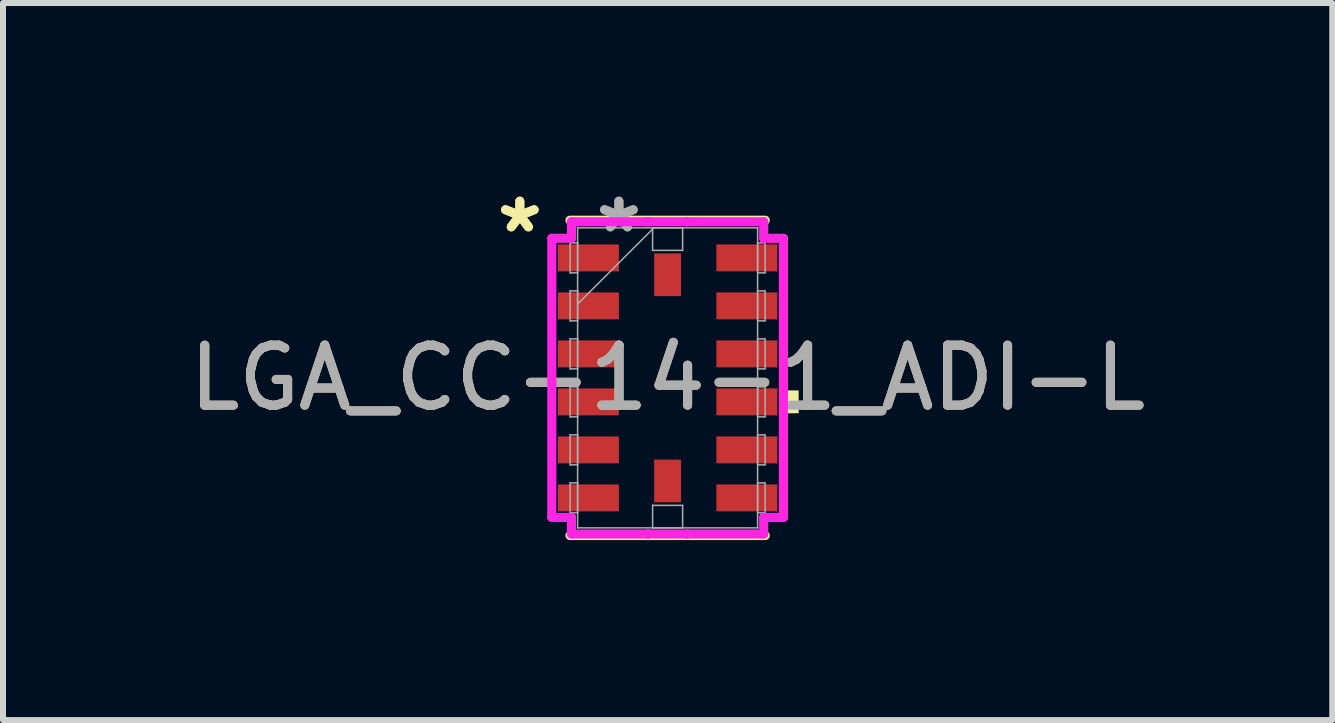
<source format=kicad_pcb>
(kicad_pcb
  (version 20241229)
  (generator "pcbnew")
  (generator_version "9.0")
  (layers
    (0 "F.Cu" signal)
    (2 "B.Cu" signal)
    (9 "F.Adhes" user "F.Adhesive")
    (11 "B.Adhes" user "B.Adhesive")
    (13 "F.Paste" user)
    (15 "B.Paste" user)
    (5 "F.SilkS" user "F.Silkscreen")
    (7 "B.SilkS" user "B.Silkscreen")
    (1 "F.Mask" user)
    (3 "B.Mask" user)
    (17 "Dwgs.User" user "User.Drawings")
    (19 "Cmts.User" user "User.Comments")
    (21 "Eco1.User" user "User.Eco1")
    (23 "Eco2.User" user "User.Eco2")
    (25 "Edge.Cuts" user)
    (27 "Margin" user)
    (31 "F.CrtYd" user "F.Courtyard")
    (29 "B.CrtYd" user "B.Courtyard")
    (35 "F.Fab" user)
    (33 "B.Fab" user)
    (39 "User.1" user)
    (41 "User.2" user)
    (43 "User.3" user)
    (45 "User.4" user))
  (footprint "LGA_CC-14-1_ADI-L"
    (layer "F.Cu")
    (at 8.077 3.248)
    (property "Reference" "LGA_CC-14-1_ADI-L" (at 0 0 0) (unlocked yes) (layer "F.SilkS") (effects (font (size 1 1) (thickness 0.15))))
    (attr smd)
    (fp_line (start -1.627 2.627) (end 1.627 2.627) (stroke (width 0.152) (type solid)) (layer "F.SilkS"))
    (fp_line (start 1.627 -2.627) (end -1.627 -2.627) (stroke (width 0.152) (type solid)) (layer "F.SilkS"))
    (fp_poly (pts (xy 2.184 0.209) (xy 2.184 0.59) (xy 1.93 0.59) (xy 1.93 0.209)) (stroke (width 0) (type solid)) (fill yes) (layer "F.SilkS"))
    (fp_line (start -1.93 -2.326) (end -1.602 -2.326) (stroke (width 0.152) (type solid)) (layer "F.CrtYd"))
    (fp_line (start -1.93 2.326) (end -1.93 -2.326) (stroke (width 0.152) (type solid)) (layer "F.CrtYd"))
    (fp_line (start -1.602 -2.602) (end -0.326 -2.602) (stroke (width 0.152) (type solid)) (layer "F.CrtYd"))
    (fp_line (start -1.602 -2.326) (end -1.602 -2.602) (stroke (width 0.152) (type solid)) (layer "F.CrtYd"))
    (fp_line (start -1.602 2.326) (end -1.93 2.326) (stroke (width 0.152) (type solid)) (layer "F.CrtYd"))
    (fp_line (start -1.602 2.602) (end -1.602 2.326) (stroke (width 0.152) (type solid)) (layer "F.CrtYd"))
    (fp_line (start -0.326 -2.602) (end -0.326 -2.602) (stroke (width 0.152) (type solid)) (layer "F.CrtYd"))
    (fp_line (start -0.326 -2.602) (end 0.326 -2.602) (stroke (width 0.152) (type solid)) (layer "F.CrtYd"))
    (fp_line (start -0.326 2.602) (end -1.602 2.602) (stroke (width 0.152) (type solid)) (layer "F.CrtYd"))
    (fp_line (start -0.326 2.602) (end -0.326 2.602) (stroke (width 0.152) (type solid)) (layer "F.CrtYd"))
    (fp_line (start 0.326 -2.602) (end 0.326 -2.602) (stroke (width 0.152) (type solid)) (layer "F.CrtYd"))
    (fp_line (start 0.326 -2.602) (end 1.602 -2.602) (stroke (width 0.152) (type solid)) (layer "F.CrtYd"))
    (fp_line (start 0.326 2.602) (end -0.326 2.602) (stroke (width 0.152) (type solid)) (layer "F.CrtYd"))
    (fp_line (start 0.326 2.602) (end 0.326 2.602) (stroke (width 0.152) (type solid)) (layer "F.CrtYd"))
    (fp_line (start 1.602 -2.602) (end 1.602 -2.326) (stroke (width 0.152) (type solid)) (layer "F.CrtYd"))
    (fp_line (start 1.602 -2.326) (end 1.93 -2.326) (stroke (width 0.152) (type solid)) (layer "F.CrtYd"))
    (fp_line (start 1.602 2.326) (end 1.602 2.602) (stroke (width 0.152) (type solid)) (layer "F.CrtYd"))
    (fp_line (start 1.602 2.602) (end 0.326 2.602) (stroke (width 0.152) (type solid)) (layer "F.CrtYd"))
    (fp_line (start 1.93 -2.326) (end 1.93 2.326) (stroke (width 0.152) (type solid)) (layer "F.CrtYd"))
    (fp_line (start 1.93 2.326) (end 1.602 2.326) (stroke (width 0.152) (type solid)) (layer "F.CrtYd"))
    (fp_line (start -1.625 -2.25) (end -1.625 -1.75) (stroke (width 0.025) (type solid)) (layer "F.Fab"))
    (fp_line (start -1.625 -1.75) (end -1.5 -1.75) (stroke (width 0.025) (type solid)) (layer "F.Fab"))
    (fp_line (start -1.625 -1.45) (end -1.625 -0.95) (stroke (width 0.025) (type solid)) (layer "F.Fab"))
    (fp_line (start -1.625 -0.95) (end -1.5 -0.95) (stroke (width 0.025) (type solid)) (layer "F.Fab"))
    (fp_line (start -1.625 -0.65) (end -1.625 -0.15) (stroke (width 0.025) (type solid)) (layer "F.Fab"))
    (fp_line (start -1.625 -0.15) (end -1.5 -0.15) (stroke (width 0.025) (type solid)) (layer "F.Fab"))
    (fp_line (start -1.625 0.15) (end -1.625 0.65) (stroke (width 0.025) (type solid)) (layer "F.Fab"))
    (fp_line (start -1.625 0.65) (end -1.5 0.65) (stroke (width 0.025) (type solid)) (layer "F.Fab"))
    (fp_line (start -1.625 0.95) (end -1.625 1.45) (stroke (width 0.025) (type solid)) (layer "F.Fab"))
    (fp_line (start -1.625 1.45) (end -1.5 1.45) (stroke (width 0.025) (type solid)) (layer "F.Fab"))
    (fp_line (start -1.625 1.75) (end -1.625 2.25) (stroke (width 0.025) (type solid)) (layer "F.Fab"))
    (fp_line (start -1.625 2.25) (end -1.5 2.25) (stroke (width 0.025) (type solid)) (layer "F.Fab"))
    (fp_line (start -1.5 -2.5) (end -1.5 -2.5) (stroke (width 0.025) (type solid)) (layer "F.Fab"))
    (fp_line (start -1.5 -2.5) (end -1.5 2.5) (stroke (width 0.025) (type solid)) (layer "F.Fab"))
    (fp_line (start -1.5 -2.25) (end -1.625 -2.25) (stroke (width 0.025) (type solid)) (layer "F.Fab"))
    (fp_line (start -1.5 -1.75) (end -1.5 -2.25) (stroke (width 0.025) (type solid)) (layer "F.Fab"))
    (fp_line (start -1.5 -1.45) (end -1.625 -1.45) (stroke (width 0.025) (type solid)) (layer "F.Fab"))
    (fp_line (start -1.5 -1.23) (end -0.23 -2.5) (stroke (width 0.025) (type solid)) (layer "F.Fab"))
    (fp_line (start -1.5 -0.95) (end -1.5 -1.45) (stroke (width 0.025) (type solid)) (layer "F.Fab"))
    (fp_line (start -1.5 -0.65) (end -1.625 -0.65) (stroke (width 0.025) (type solid)) (layer "F.Fab"))
    (fp_line (start -1.5 -0.15) (end -1.5 -0.65) (stroke (width 0.025) (type solid)) (layer "F.Fab"))
    (fp_line (start -1.5 0.15) (end -1.625 0.15) (stroke (width 0.025) (type solid)) (layer "F.Fab"))
    (fp_line (start -1.5 0.65) (end -1.5 0.15) (stroke (width 0.025) (type solid)) (layer "F.Fab"))
    (fp_line (start -1.5 0.95) (end -1.625 0.95) (stroke (width 0.025) (type solid)) (layer "F.Fab"))
    (fp_line (start -1.5 1.45) (end -1.5 0.95) (stroke (width 0.025) (type solid)) (layer "F.Fab"))
    (fp_line (start -1.5 1.75) (end -1.625 1.75) (stroke (width 0.025) (type solid)) (layer "F.Fab"))
    (fp_line (start -1.5 2.25) (end -1.5 1.75) (stroke (width 0.025) (type solid)) (layer "F.Fab"))
    (fp_line (start -1.5 2.5) (end -1.5 2.5) (stroke (width 0.025) (type solid)) (layer "F.Fab"))
    (fp_line (start -1.5 2.5) (end 1.5 2.5) (stroke (width 0.025) (type solid)) (layer "F.Fab"))
    (fp_line (start -0.25 -2.5) (end 0.25 -2.5) (stroke (width 0.025) (type solid)) (layer "F.Fab"))
    (fp_line (start -0.25 -2.125) (end -0.25 -2.5) (stroke (width 0.025) (type solid)) (layer "F.Fab"))
    (fp_line (start -0.25 2.125) (end 0.25 2.125) (stroke (width 0.025) (type solid)) (layer "F.Fab"))
    (fp_line (start -0.25 2.5) (end -0.25 2.125) (stroke (width 0.025) (type solid)) (layer "F.Fab"))
    (fp_line (start 0.25 -2.5) (end 0.25 -2.125) (stroke (width 0.025) (type solid)) (layer "F.Fab"))
    (fp_line (start 0.25 -2.125) (end -0.25 -2.125) (stroke (width 0.025) (type solid)) (layer "F.Fab"))
    (fp_line (start 0.25 2.125) (end 0.25 2.5) (stroke (width 0.025) (type solid)) (layer "F.Fab"))
    (fp_line (start 0.25 2.5) (end -0.25 2.5) (stroke (width 0.025) (type solid)) (layer "F.Fab"))
    (fp_line (start 1.5 -2.5) (end -1.5 -2.5) (stroke (width 0.025) (type solid)) (layer "F.Fab"))
    (fp_line (start 1.5 -2.5) (end 1.5 -2.5) (stroke (width 0.025) (type solid)) (layer "F.Fab"))
    (fp_line (start 1.5 -2.25) (end 1.5 -1.75) (stroke (width 0.025) (type solid)) (layer "F.Fab"))
    (fp_line (start 1.5 -1.75) (end 1.625 -1.75) (stroke (width 0.025) (type solid)) (layer "F.Fab"))
    (fp_line (start 1.5 -1.45) (end 1.5 -0.95) (stroke (width 0.025) (type solid)) (layer "F.Fab"))
    (fp_line (start 1.5 -0.95) (end 1.625 -0.95) (stroke (width 0.025) (type solid)) (layer "F.Fab"))
    (fp_line (start 1.5 -0.65) (end 1.5 -0.15) (stroke (width 0.025) (type solid)) (layer "F.Fab"))
    (fp_line (start 1.5 -0.15) (end 1.625 -0.15) (stroke (width 0.025) (type solid)) (layer "F.Fab"))
    (fp_line (start 1.5 0.15) (end 1.5 0.65) (stroke (width 0.025) (type solid)) (layer "F.Fab"))
    (fp_line (start 1.5 0.65) (end 1.625 0.65) (stroke (width 0.025) (type solid)) (layer "F.Fab"))
    (fp_line (start 1.5 0.95) (end 1.5 1.45) (stroke (width 0.025) (type solid)) (layer "F.Fab"))
    (fp_line (start 1.5 1.45) (end 1.625 1.45) (stroke (width 0.025) (type solid)) (layer "F.Fab"))
    (fp_line (start 1.5 1.75) (end 1.5 2.25) (stroke (width 0.025) (type solid)) (layer "F.Fab"))
    (fp_line (start 1.5 2.25) (end 1.625 2.25) (stroke (width 0.025) (type solid)) (layer "F.Fab"))
    (fp_line (start 1.5 2.5) (end 1.5 -2.5) (stroke (width 0.025) (type solid)) (layer "F.Fab"))
    (fp_line (start 1.5 2.5) (end 1.5 2.5) (stroke (width 0.025) (type solid)) (layer "F.Fab"))
    (fp_line (start 1.625 -2.25) (end 1.5 -2.25) (stroke (width 0.025) (type solid)) (layer "F.Fab"))
    (fp_line (start 1.625 -1.75) (end 1.625 -2.25) (stroke (width 0.025) (type solid)) (layer "F.Fab"))
    (fp_line (start 1.625 -1.45) (end 1.5 -1.45) (stroke (width 0.025) (type solid)) (layer "F.Fab"))
    (fp_line (start 1.625 -0.95) (end 1.625 -1.45) (stroke (width 0.025) (type solid)) (layer "F.Fab"))
    (fp_line (start 1.625 -0.65) (end 1.5 -0.65) (stroke (width 0.025) (type solid)) (layer "F.Fab"))
    (fp_line (start 1.625 -0.15) (end 1.625 -0.65) (stroke (width 0.025) (type solid)) (layer "F.Fab"))
    (fp_line (start 1.625 0.15) (end 1.5 0.15) (stroke (width 0.025) (type solid)) (layer "F.Fab"))
    (fp_line (start 1.625 0.65) (end 1.625 0.15) (stroke (width 0.025) (type solid)) (layer "F.Fab"))
    (fp_line (start 1.625 0.95) (end 1.5 0.95) (stroke (width 0.025) (type solid)) (layer "F.Fab"))
    (fp_line (start 1.625 1.45) (end 1.625 0.95) (stroke (width 0.025) (type solid)) (layer "F.Fab"))
    (fp_line (start 1.625 1.75) (end 1.5 1.75) (stroke (width 0.025) (type solid)) (layer "F.Fab"))
    (fp_line (start 1.625 2.25) (end 1.625 1.75) (stroke (width 0.025) (type solid)) (layer "F.Fab"))
    (fp_text user "*" (at -2.463 -2.4 0) (layer "F.SilkS") (effects (font (size 1 1) (thickness 0.15))))
    (fp_text user "*" (at -2.463 -2.4 0) (unlocked yes) (layer "F.SilkS") (effects (font (size 1 1) (thickness 0.15))))
    (fp_text user "*" (at -0.812 -2.4 0) (layer "F.Fab") (effects (font (size 1 1) (thickness 0.15))))
    (fp_text user "${REFERENCE}" (at 0 0 0) (unlocked yes) (layer "F.Fab") (effects (font (size 1 1) (thickness 0.15))))
    (fp_text user "*" (at -0.812 -2.4 0) (unlocked yes) (layer "F.Fab") (effects (font (size 1 1) (thickness 0.15))))
    (pad "1" smd rect (at -1.32 -2 90) (size 0.449 1.016) (layers "F.Cu" "F.Mask" "F.Paste"))
    (pad "2" smd rect (at -1.32 -1.2 90) (size 0.449 1.016) (layers "F.Cu" "F.Mask" "F.Paste"))
    (pad "3" smd rect (at -1.32 -0.4 90) (size 0.449 1.016) (layers "F.Cu" "F.Mask" "F.Paste"))
    (pad "4" smd rect (at -1.32 0.4 90) (size 0.449 1.016) (layers "F.Cu" "F.Mask" "F.Paste"))
    (pad "5" smd rect (at -1.32 1.2 90) (size 0.449 1.016) (layers "F.Cu" "F.Mask" "F.Paste"))
    (pad "6" smd rect (at -1.32 2 90) (size 0.449 1.016) (layers "F.Cu" "F.Mask" "F.Paste"))
    (pad "7" smd rect (at 0 1.718) (size 0.449 0.711) (layers "F.Cu" "F.Mask" "F.Paste"))
    (pad "8" smd rect (at 1.32 2 90) (size 0.449 1.016) (layers "F.Cu" "F.Mask" "F.Paste"))
    (pad "9" smd rect (at 1.32 1.2 90) (size 0.449 1.016) (layers "F.Cu" "F.Mask" "F.Paste"))
    (pad "10" smd rect (at 1.32 0.4 90) (size 0.449 1.016) (layers "F.Cu" "F.Mask" "F.Paste"))
    (pad "11" smd rect (at 1.32 -0.4 90) (size 0.449 1.016) (layers "F.Cu" "F.Mask" "F.Paste"))
    (pad "12" smd rect (at 1.32 -1.2 90) (size 0.449 1.016) (layers "F.Cu" "F.Mask" "F.Paste"))
    (pad "13" smd rect (at 1.32 -2 90) (size 0.449 1.016) (layers "F.Cu" "F.Mask" "F.Paste"))
    (pad "14" smd rect (at 0 -1.718) (size 0.449 0.711) (layers "F.Cu" "F.Mask" "F.Paste")))
  (gr_rect
    (start -3 -3)
    (end 19.155 8.951)
    (stroke (width 0.1) (type default))
    (fill no)
    (layer "Edge.Cuts")))
</source>
